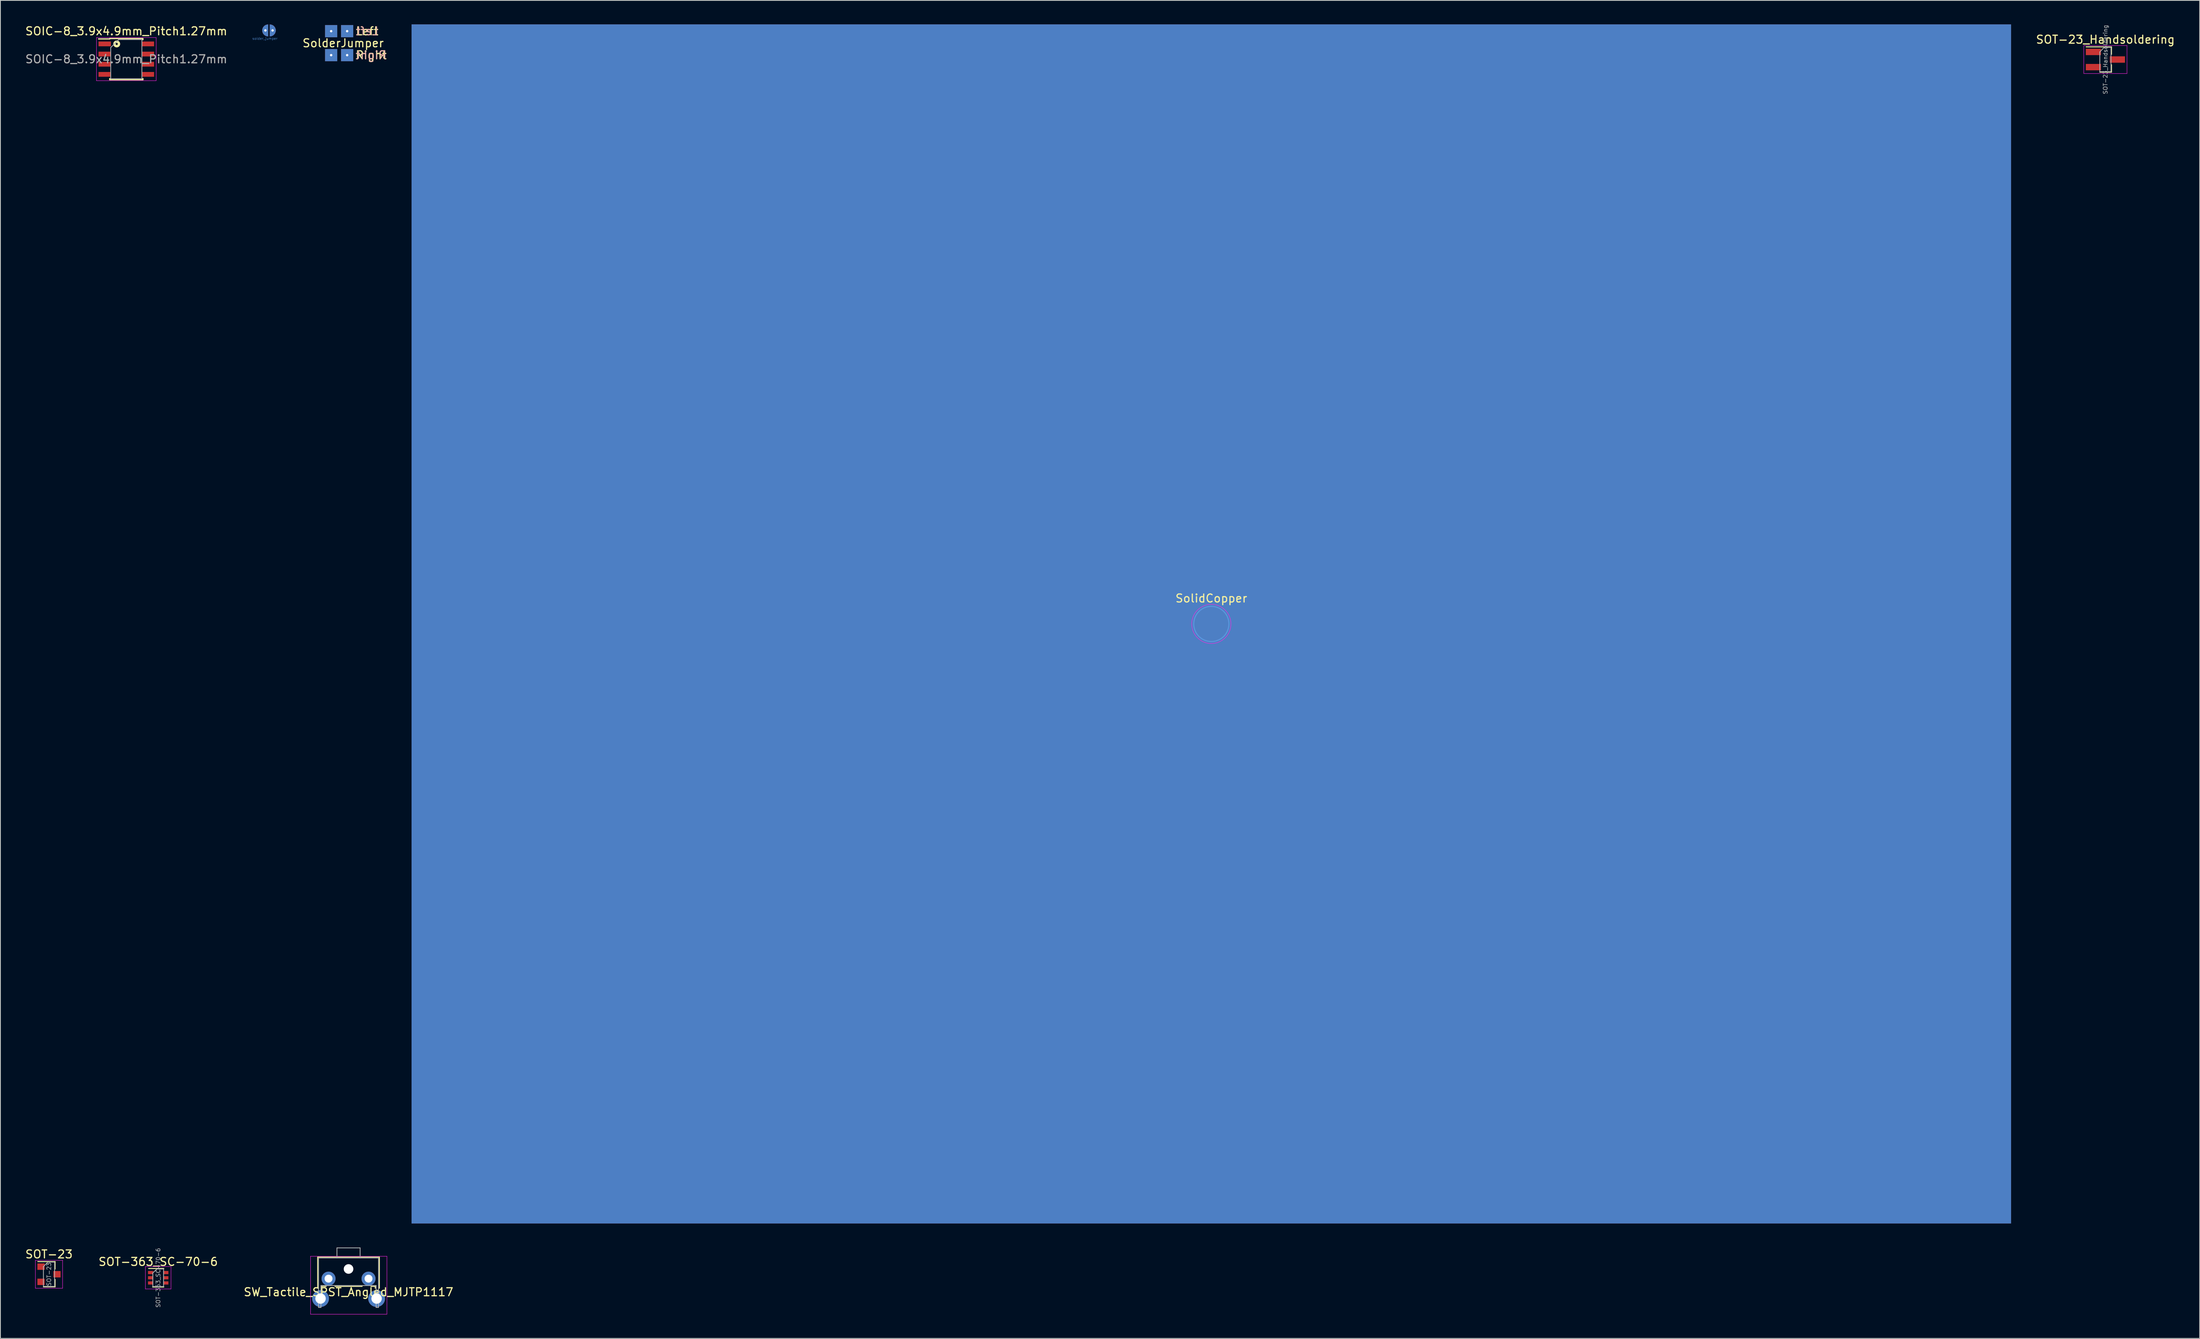
<source format=kicad_pcb>
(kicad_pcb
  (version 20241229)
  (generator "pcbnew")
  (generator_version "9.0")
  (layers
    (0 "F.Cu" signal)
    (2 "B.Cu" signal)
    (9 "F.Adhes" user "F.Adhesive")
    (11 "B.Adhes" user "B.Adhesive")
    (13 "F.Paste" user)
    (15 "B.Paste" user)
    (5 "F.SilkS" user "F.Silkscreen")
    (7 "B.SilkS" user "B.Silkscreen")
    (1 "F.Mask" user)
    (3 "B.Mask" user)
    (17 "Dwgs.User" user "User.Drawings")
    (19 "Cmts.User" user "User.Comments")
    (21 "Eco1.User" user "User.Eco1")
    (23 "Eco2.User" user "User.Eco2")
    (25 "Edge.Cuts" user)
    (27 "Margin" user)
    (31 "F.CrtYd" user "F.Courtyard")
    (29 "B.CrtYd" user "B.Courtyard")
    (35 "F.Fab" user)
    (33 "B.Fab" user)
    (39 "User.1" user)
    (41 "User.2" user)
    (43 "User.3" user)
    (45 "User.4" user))
  (footprint "SOT-23"
    (layer "F.Cu")
    (at 3.077 156.348)
    (property "Reference" "SOT-23" (at 0 -2.5 0) (layer "F.SilkS") (effects (font (size 1 1) (thickness 0.15))))
    (attr smd)
    (fp_line (start 0.76 -1.58) (end -1.4 -1.58) (stroke (width 0.12) (type solid)) (layer "F.SilkS"))
    (fp_line (start 0.76 -1.58) (end 0.76 -0.65) (stroke (width 0.12) (type solid)) (layer "F.SilkS"))
    (fp_line (start 0.76 1.58) (end -0.7 1.58) (stroke (width 0.12) (type solid)) (layer "F.SilkS"))
    (fp_line (start 0.76 1.58) (end 0.76 0.65) (stroke (width 0.12) (type solid)) (layer "F.SilkS"))
    (fp_line (start -1.7 -1.75) (end 1.7 -1.75) (stroke (width 0.05) (type solid)) (layer "F.CrtYd"))
    (fp_line (start -1.7 1.75) (end -1.7 -1.75) (stroke (width 0.05) (type solid)) (layer "F.CrtYd"))
    (fp_line (start 1.7 -1.75) (end 1.7 1.75) (stroke (width 0.05) (type solid)) (layer "F.CrtYd"))
    (fp_line (start 1.7 1.75) (end -1.7 1.75) (stroke (width 0.05) (type solid)) (layer "F.CrtYd"))
    (fp_line (start -0.7 -0.95) (end -0.7 1.5) (stroke (width 0.1) (type solid)) (layer "F.Fab"))
    (fp_line (start -0.7 -0.95) (end -0.15 -1.52) (stroke (width 0.1) (type solid)) (layer "F.Fab"))
    (fp_line (start -0.7 1.52) (end 0.7 1.52) (stroke (width 0.1) (type solid)) (layer "F.Fab"))
    (fp_line (start -0.15 -1.52) (end 0.7 -1.52) (stroke (width 0.1) (type solid)) (layer "F.Fab"))
    (fp_line (start 0.7 -1.52) (end 0.7 1.52) (stroke (width 0.1) (type solid)) (layer "F.Fab"))
    (fp_text user "${REFERENCE}" (at 0 0 90) (layer "F.Fab") (effects (font (size 0.5 0.5) (thickness 0.075))))
    (pad "1" smd rect (at -1 -0.95) (size 0.9 0.8) (layers "F.Cu" "F.Mask" "F.Paste"))
    (pad "2" smd rect (at -1 0.95) (size 0.9 0.8) (layers "F.Cu" "F.Mask" "F.Paste"))
    (pad "3" smd rect (at 1 0) (size 0.9 0.8) (layers "F.Cu" "F.Mask" "F.Paste")))
  (footprint "SOT-23_Handsoldering"
    (layer "F.Cu")
    (at 260.203 4.396)
    (property "Reference" "SOT-23_Handsoldering" (at 0 -2.5 0) (layer "F.SilkS") (effects (font (size 1 1) (thickness 0.15))))
    (attr smd)
    (fp_line (start 0.76 -1.58) (end -2.4 -1.58) (stroke (width 0.12) (type solid)) (layer "F.SilkS"))
    (fp_line (start 0.76 -1.58) (end 0.76 -0.65) (stroke (width 0.12) (type solid)) (layer "F.SilkS"))
    (fp_line (start 0.76 1.58) (end -0.7 1.58) (stroke (width 0.12) (type solid)) (layer "F.SilkS"))
    (fp_line (start 0.76 1.58) (end 0.76 0.65) (stroke (width 0.12) (type solid)) (layer "F.SilkS"))
    (fp_line (start -2.7 -1.75) (end 2.7 -1.75) (stroke (width 0.05) (type solid)) (layer "F.CrtYd"))
    (fp_line (start -2.7 1.75) (end -2.7 -1.75) (stroke (width 0.05) (type solid)) (layer "F.CrtYd"))
    (fp_line (start 2.7 -1.75) (end 2.7 1.75) (stroke (width 0.05) (type solid)) (layer "F.CrtYd"))
    (fp_line (start 2.7 1.75) (end -2.7 1.75) (stroke (width 0.05) (type solid)) (layer "F.CrtYd"))
    (fp_line (start -0.7 -0.95) (end -0.7 1.5) (stroke (width 0.1) (type solid)) (layer "F.Fab"))
    (fp_line (start -0.7 -0.95) (end -0.15 -1.52) (stroke (width 0.1) (type solid)) (layer "F.Fab"))
    (fp_line (start -0.7 1.52) (end 0.7 1.52) (stroke (width 0.1) (type solid)) (layer "F.Fab"))
    (fp_line (start -0.15 -1.52) (end 0.7 -1.52) (stroke (width 0.1) (type solid)) (layer "F.Fab"))
    (fp_line (start 0.7 -1.52) (end 0.7 1.52) (stroke (width 0.1) (type solid)) (layer "F.Fab"))
    (fp_text user "${REFERENCE}" (at 0 0 90) (layer "F.Fab") (effects (font (size 0.5 0.5) (thickness 0.075))))
    (pad "1" smd rect (at -1.5 -0.95) (size 1.9 0.8) (layers "F.Cu" "F.Mask" "F.Paste"))
    (pad "2" smd rect (at -1.5 0.95) (size 1.9 0.8) (layers "F.Cu" "F.Mask" "F.Paste"))
    (pad "3" smd rect (at 1.5 0) (size 1.9 0.8) (layers "F.Cu" "F.Mask" "F.Paste")))
  (footprint "SOT-363_SC-70-6"
    (layer "F.Cu")
    (at 16.732 156.789)
    (property "Reference" "SOT-363_SC-70-6" (at 0 -2 0) (layer "F.SilkS") (effects (font (size 1 1) (thickness 0.15))))
    (attr smd)
    (fp_line (start -0.7 1.16) (end 0.7 1.16) (stroke (width 0.12) (type solid)) (layer "F.SilkS"))
    (fp_line (start 0.7 -1.16) (end -1.2 -1.16) (stroke (width 0.12) (type solid)) (layer "F.SilkS"))
    (fp_line (start -1.6 -1.4) (end -1.6 1.4) (stroke (width 0.05) (type solid)) (layer "F.CrtYd"))
    (fp_line (start -1.6 -1.4) (end 1.6 -1.4) (stroke (width 0.05) (type solid)) (layer "F.CrtYd"))
    (fp_line (start -1.6 1.4) (end 1.6 1.4) (stroke (width 0.05) (type solid)) (layer "F.CrtYd"))
    (fp_line (start 1.6 1.4) (end 1.6 -1.4) (stroke (width 0.05) (type solid)) (layer "F.CrtYd"))
    (fp_line (start -0.675 -0.6) (end -0.675 1.1) (stroke (width 0.1) (type solid)) (layer "F.Fab"))
    (fp_line (start -0.175 -1.1) (end -0.675 -0.6) (stroke (width 0.1) (type solid)) (layer "F.Fab"))
    (fp_line (start 0.675 -1.1) (end -0.175 -1.1) (stroke (width 0.1) (type solid)) (layer "F.Fab"))
    (fp_line (start 0.675 -1.1) (end 0.675 1.1) (stroke (width 0.1) (type solid)) (layer "F.Fab"))
    (fp_line (start 0.675 1.1) (end -0.675 1.1) (stroke (width 0.1) (type solid)) (layer "F.Fab"))
    (fp_text user "${REFERENCE}" (at 0 0 90) (layer "F.Fab") (effects (font (size 0.5 0.5) (thickness 0.075))))
    (pad "1" smd rect (at -0.95 -0.65) (size 0.65 0.4) (layers "F.Cu" "F.Mask" "F.Paste"))
    (pad "2" smd rect (at -0.95 0) (size 0.65 0.4) (layers "F.Cu" "F.Mask" "F.Paste"))
    (pad "3" smd rect (at -0.95 0.65) (size 0.65 0.4) (layers "F.Cu" "F.Mask" "F.Paste"))
    (pad "4" smd rect (at 0.95 0.65) (size 0.65 0.4) (layers "F.Cu" "F.Mask" "F.Paste"))
    (pad "5" smd rect (at 0.95 0) (size 0.65 0.4) (layers "F.Cu" "F.Mask" "F.Paste"))
    (pad "6" smd rect (at 0.95 -0.65) (size 0.65 0.4) (layers "F.Cu" "F.Mask" "F.Paste")))
  (footprint "solder_jumper"
    (layer "F.Cu")
    (at 30.583 0.755)
    (property "Reference" "solder_jumper" (at -0.508 1.016 0) (layer "Cmts.User") (effects (font (size 0.3 0.3) (thickness 0.03))))
    (attr through_hole)
    (fp_poly (pts (xy -0.1 -0.75) (xy -0.356 -0.705) (xy -0.582 -0.575) (xy -0.75 -0.375) (xy -0.839 -0.13) (xy -0.839 0.13) (xy -0.75 0.375) (xy -0.582 0.575) (xy -0.356 0.705) (xy -0.1 0.75) (xy -0.1 -0.75)) (stroke (width 0.01) (type solid)) (fill yes) (layer "F.Cu"))
    (fp_poly (pts (xy 0.1 0.75) (xy 0.356 0.705) (xy 0.582 0.575) (xy 0.75 0.375) (xy 0.839 0.13) (xy 0.839 -0.13) (xy 0.75 -0.375) (xy 0.582 -0.575) (xy 0.356 -0.705) (xy 0.1 -0.75) (xy 0.1 0.75)) (stroke (width 0.01) (type solid)) (fill yes) (layer "F.Cu"))
    (fp_poly (pts (xy -0.1 -0.75) (xy -0.356 -0.705) (xy -0.582 -0.575) (xy -0.75 -0.375) (xy -0.839 -0.13) (xy -0.839 0.13) (xy -0.75 0.375) (xy -0.582 0.575) (xy -0.356 0.705) (xy -0.1 0.75) (xy -0.1 -0.75)) (stroke (width 0.01) (type solid)) (fill yes) (layer "B.Cu"))
    (fp_poly (pts (xy 0.1 0.75) (xy 0.356 0.705) (xy 0.582 0.575) (xy 0.75 0.375) (xy 0.839 0.13) (xy 0.839 -0.13) (xy 0.75 -0.375) (xy 0.582 -0.575) (xy 0.356 -0.705) (xy 0.1 -0.75) (xy 0.1 0.75)) (stroke (width 0.01) (type solid)) (fill yes) (layer "B.Cu"))
    (pad "1" thru_hole circle (at -0.45 0) (size 0.4 0.4) (drill 0.3) (layers "*.Cu" "*.Mask"))
    (pad "2" thru_hole circle (at 0.45 0) (size 0.4 0.4) (drill 0.3) (layers "*.Cu" "*.Mask")))
  (footprint "SolidCopper"
    (layer "F.Cu")
    (at 148.411 75)
    (property "Reference" "SolidCopper" (at 0 -3.2 0) (layer "F.SilkS") (effects (font (size 1 1) (thickness 0.15))))
    (attr through_hole)
    (fp_circle (center 0 0) (end 2.2 0) (stroke (width 0.15) (type solid)) (fill no) (layer "Cmts.User"))
    (fp_circle (center 0 0) (end 2.45 0) (stroke (width 0.05) (type solid)) (fill no) (layer "F.CrtYd"))
    (pad "1" smd rect (at 0 0) (size 200 150) (layers "F.Cu" "F.Mask" "F.Paste"))
    (pad "1" smd rect (at 0 0) (size 200 150) (layers "B.Cu" "B.Mask" "B.Paste")))
  (footprint "SOIC-8_3.9x4.9mm_Pitch1.27mm"
    (layer "F.Cu")
    (at 12.744 4.348)
    (property "Reference" "SOIC-8_3.9x4.9mm_Pitch1.27mm" (at 0 -3.5 0) (layer "F.SilkS") (effects (font (size 1 1) (thickness 0.15))))
    (attr smd)
    (fp_line (start -2.075 -2.575) (end -2.075 -2.525) (stroke (width 0.15) (type solid)) (layer "F.SilkS"))
    (fp_line (start -2.075 -2.575) (end 2.075 -2.575) (stroke (width 0.15) (type solid)) (layer "F.SilkS"))
    (fp_line (start -2.075 -2.525) (end -3.475 -2.525) (stroke (width 0.15) (type solid)) (layer "F.SilkS"))
    (fp_line (start -2.075 2.575) (end -2.075 2.43) (stroke (width 0.15) (type solid)) (layer "F.SilkS"))
    (fp_line (start -2.075 2.575) (end 2.075 2.575) (stroke (width 0.15) (type solid)) (layer "F.SilkS"))
    (fp_line (start 2.075 -2.575) (end 2.075 -2.43) (stroke (width 0.15) (type solid)) (layer "F.SilkS"))
    (fp_line (start 2.075 2.575) (end 2.075 2.43) (stroke (width 0.15) (type solid)) (layer "F.SilkS"))
    (fp_circle (center -1.2 -1.9) (end -1 -1.7) (stroke (width 0.3) (type solid)) (fill no) (layer "F.SilkS"))
    (fp_line (start -3.73 -2.7) (end -3.73 2.7) (stroke (width 0.05) (type solid)) (layer "F.CrtYd"))
    (fp_line (start -3.73 -2.7) (end 3.73 -2.7) (stroke (width 0.05) (type solid)) (layer "F.CrtYd"))
    (fp_line (start -3.73 2.7) (end 3.73 2.7) (stroke (width 0.05) (type solid)) (layer "F.CrtYd"))
    (fp_line (start 3.73 -2.7) (end 3.73 2.7) (stroke (width 0.05) (type solid)) (layer "F.CrtYd"))
    (fp_line (start -1.95 -1.45) (end -0.95 -2.45) (stroke (width 0.1) (type solid)) (layer "F.Fab"))
    (fp_line (start -1.95 2.45) (end -1.95 -1.45) (stroke (width 0.1) (type solid)) (layer "F.Fab"))
    (fp_line (start -0.95 -2.45) (end 1.95 -2.45) (stroke (width 0.1) (type solid)) (layer "F.Fab"))
    (fp_line (start 1.95 -2.45) (end 1.95 2.45) (stroke (width 0.1) (type solid)) (layer "F.Fab"))
    (fp_line (start 1.95 2.45) (end -1.95 2.45) (stroke (width 0.1) (type solid)) (layer "F.Fab"))
    (fp_text user "${REFERENCE}" (at 0 0 0) (layer "F.Fab") (effects (font (size 1 1) (thickness 0.15))))
    (pad "1" smd rect (at -2.7 -1.905) (size 1.55 0.6) (layers "F.Cu" "F.Mask" "F.Paste"))
    (pad "2" smd rect (at -2.7 -0.635) (size 1.55 0.6) (layers "F.Cu" "F.Mask" "F.Paste"))
    (pad "3" smd rect (at -2.7 0.635) (size 1.55 0.6) (layers "F.Cu" "F.Mask" "F.Paste"))
    (pad "4" smd rect (at -2.7 1.905) (size 1.55 0.6) (layers "F.Cu" "F.Mask" "F.Paste"))
    (pad "5" smd rect (at 2.7 1.905) (size 1.55 0.6) (layers "F.Cu" "F.Mask" "F.Paste"))
    (pad "6" smd rect (at 2.7 0.635) (size 1.55 0.6) (layers "F.Cu" "F.Mask" "F.Paste"))
    (pad "7" smd rect (at 2.7 -0.635) (size 1.55 0.6) (layers "F.Cu" "F.Mask" "F.Paste"))
    (pad "8" smd rect (at 2.7 -1.905) (size 1.55 0.6) (layers "F.Cu" "F.Mask" "F.Paste")))
  (footprint "SW_Tactile_SPST_Angled_MJTP1117"
    (layer "F.Cu")
    (at 38.03 156.9)
    (property "Reference" "SW_Tactile_SPST_Angled_MJTP1117" (at 2.5 1.68 0) (layer "F.SilkS") (effects (font (size 1 1) (thickness 0.15))))
    (attr through_hole)
    (fp_line (start -1.36 -2.7) (end -1.36 1.2) (stroke (width 0.12) (type solid)) (layer "F.SilkS"))
    (fp_line (start -1.36 -2.7) (end 6.36 -2.7) (stroke (width 0.12) (type solid)) (layer "F.SilkS"))
    (fp_line (start -0.84 0.97) (end -0.84 1.2) (stroke (width 0.12) (type solid)) (layer "F.SilkS"))
    (fp_line (start -0.84 0.97) (end -0.3 0.97) (stroke (width 0.12) (type solid)) (layer "F.SilkS"))
    (fp_line (start 0.8 0.97) (end 4.2 0.97) (stroke (width 0.12) (type solid)) (layer "F.SilkS"))
    (fp_line (start 5.3 0.97) (end 5.84 0.97) (stroke (width 0.12) (type solid)) (layer "F.SilkS"))
    (fp_line (start 5.84 0.97) (end 5.84 1.2) (stroke (width 0.12) (type solid)) (layer "F.SilkS"))
    (fp_line (start 6.36 -2.7) (end 6.36 1.2) (stroke (width 0.12) (type solid)) (layer "F.SilkS"))
    (fp_line (start -2.25 -2.8) (end 7.3 -2.8) (stroke (width 0.05) (type solid)) (layer "F.CrtYd"))
    (fp_line (start -2.25 4.45) (end -2.25 -2.8) (stroke (width 0.05) (type solid)) (layer "F.CrtYd"))
    (fp_line (start 7.3 -2.8) (end 7.3 4.45) (stroke (width 0.05) (type solid)) (layer "F.CrtYd"))
    (fp_line (start 7.3 4.45) (end -2.25 4.45) (stroke (width 0.05) (type solid)) (layer "F.CrtYd"))
    (fp_line (start -1.25 -2.59) (end 6.25 -2.59) (stroke (width 0.1) (type solid)) (layer "F.Fab"))
    (fp_line (start -1.25 3.6) (end -1.25 -2.59) (stroke (width 0.1) (type solid)) (layer "F.Fab"))
    (fp_line (start -1.25 3.6) (end -0.95 3.6) (stroke (width 0.1) (type solid)) (layer "F.Fab"))
    (fp_line (start -0.95 0.86) (end 5.95 0.86) (stroke (width 0.1) (type solid)) (layer "F.Fab"))
    (fp_line (start -0.95 3.6) (end -0.95 0.86) (stroke (width 0.1) (type solid)) (layer "F.Fab"))
    (fp_line (start 1.05 -3.85) (end 1.05 -2.59) (stroke (width 0.1) (type solid)) (layer "F.Fab"))
    (fp_line (start 1.05 -3.85) (end 3.95 -3.85) (stroke (width 0.1) (type solid)) (layer "F.Fab"))
    (fp_line (start 3.95 -3.85) (end 3.95 -2.59) (stroke (width 0.1) (type solid)) (layer "F.Fab"))
    (fp_line (start 5.95 3.6) (end 5.95 0.86) (stroke (width 0.1) (type solid)) (layer "F.Fab"))
    (fp_line (start 5.95 3.6) (end 6.25 3.6) (stroke (width 0.1) (type solid)) (layer "F.Fab"))
    (fp_line (start 6.25 3.6) (end 6.25 -2.59) (stroke (width 0.1) (type solid)) (layer "F.Fab"))
    (pad "" thru_hole circle (at -1 2.49) (size 2.1 2.1) (drill 1.3) (layers "*.Cu" "*.Mask"))
    (pad "" np_thru_hole circle (at 2.5 -1.21) (size 1.2 1.2) (drill 1.2) (layers "*.Cu" "*.Mask"))
    (pad "" thru_hole circle (at 6.01 2.49) (size 2.1 2.1) (drill 1.3) (layers "*.Cu" "*.Mask"))
    (pad "1" thru_hole circle (at 0 0) (size 1.75 1.75) (drill 0.99) (layers "*.Cu" "*.Mask"))
    (pad "2" thru_hole circle (at 5 0) (size 1.75 1.75) (drill 0.99) (layers "*.Cu" "*.Mask")))
  (footprint "SolderJumper"
    (layer "F.Cu")
    (at 39.357 2.348)
    (property "Reference" "SolderJumper" (at 0.5 0 0) (layer "F.SilkS") (effects (font (size 1 1) (thickness 0.15))))
    (attr through_hole)
    (fp_text user "Left" (at 3.5 -1.5 0) (layer "F.SilkS") (effects (font (size 1 1) (thickness 0.15))))
    (fp_text user "Right" (at 4 1.5 0) (layer "F.SilkS") (effects (font (size 1 1) (thickness 0.15))))
    (fp_text user "Left" (at 3.5 -1.5 0) (layer "B.SilkS") (effects (font (size 1 1) (thickness 0.15)) (justify mirror)))
    (fp_text user "Right" (at 4 1.5 0) (layer "B.SilkS") (effects (font (size 1 1) (thickness 0.15)) (justify mirror)))
    (pad "1" thru_hole rect (at -1 -1.5) (size 1.524 1.524) (drill 0.3) (layers "*.Cu" "*.Mask"))
    (pad "2" thru_hole rect (at 1 -1.5) (size 1.524 1.524) (drill 0.3) (layers "*.Cu" "*.Mask"))
    (pad "2" thru_hole rect (at 1 1.5) (size 1.524 1.524) (drill 0.3) (layers "*.Cu" "*.Mask"))
    (pad "3" thru_hole rect (at -1 1.5) (size 1.524 1.524) (drill 0.3) (layers "*.Cu" "*.Mask")))
  (gr_rect
    (start -3 -3)
    (end 271.994 164.375)
    (stroke (width 0.1) (type default))
    (fill no)
    (layer "Edge.Cuts")))
</source>
